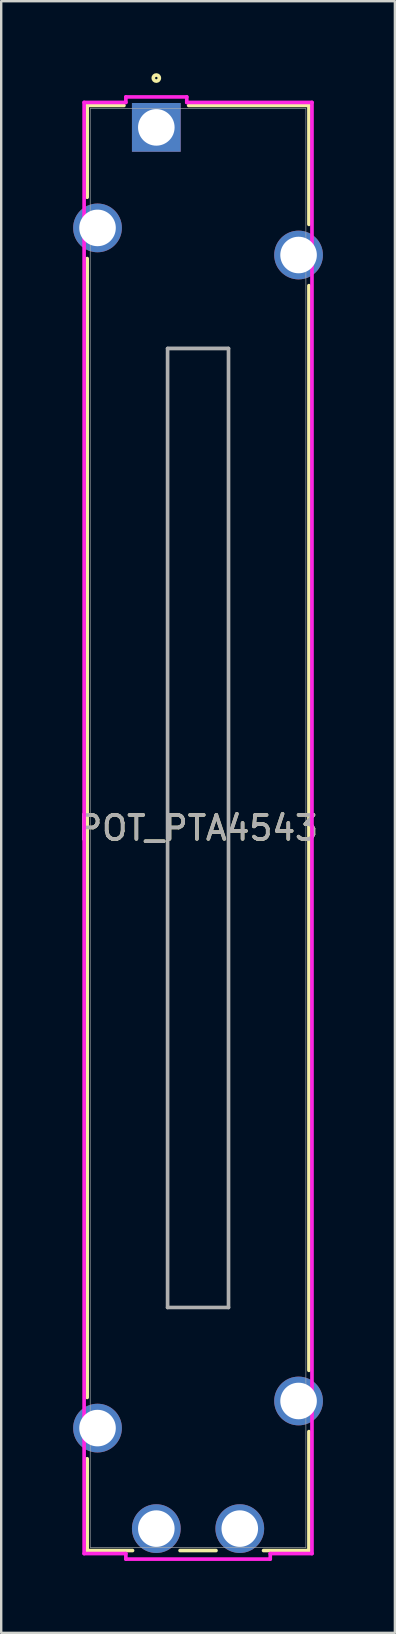
<source format=kicad_pcb>
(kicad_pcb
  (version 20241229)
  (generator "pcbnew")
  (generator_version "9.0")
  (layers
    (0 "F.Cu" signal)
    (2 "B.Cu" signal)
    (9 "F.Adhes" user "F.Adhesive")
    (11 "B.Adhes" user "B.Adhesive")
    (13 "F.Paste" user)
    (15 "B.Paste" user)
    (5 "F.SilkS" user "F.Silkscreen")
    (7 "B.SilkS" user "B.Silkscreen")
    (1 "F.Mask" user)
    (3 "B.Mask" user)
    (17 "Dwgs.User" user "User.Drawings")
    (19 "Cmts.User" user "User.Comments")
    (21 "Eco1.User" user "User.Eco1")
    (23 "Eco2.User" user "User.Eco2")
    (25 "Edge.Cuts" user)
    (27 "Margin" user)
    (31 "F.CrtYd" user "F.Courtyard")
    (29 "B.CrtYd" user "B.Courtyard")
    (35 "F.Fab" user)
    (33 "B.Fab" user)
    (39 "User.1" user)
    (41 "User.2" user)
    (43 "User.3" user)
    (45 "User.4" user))
  (footprint "POT_PTA4543"
    (layer "F.Cu")
    (at 3.467 2.261)
    (property "Reference" "POT_PTA4543" (at 1.74 29.21 0) (unlocked yes) (layer "F.SilkS") (effects (font (size 1 1) (thickness 0.15))))
    (attr through_hole)
    (fp_line (start -2.883 -0.914) (end -2.883 2.913) (stroke (width 0.152) (type solid)) (layer "F.SilkS"))
    (fp_line (start -2.883 5.469) (end -2.883 52.951) (stroke (width 0.152) (type solid)) (layer "F.SilkS"))
    (fp_line (start -2.883 55.507) (end -2.883 59.334) (stroke (width 0.152) (type solid)) (layer "F.SilkS"))
    (fp_line (start -2.883 59.334) (end -0.991 59.334) (stroke (width 0.152) (type solid)) (layer "F.SilkS"))
    (fp_line (start -1.349 -0.914) (end -2.883 -0.914) (stroke (width 0.152) (type solid)) (layer "F.SilkS"))
    (fp_line (start 0.991 59.334) (end 2.488 59.334) (stroke (width 0.152) (type solid)) (layer "F.SilkS"))
    (fp_line (start 4.471 59.334) (end 6.363 59.334) (stroke (width 0.152) (type solid)) (layer "F.SilkS"))
    (fp_line (start 6.363 -0.914) (end 1.349 -0.914) (stroke (width 0.152) (type solid)) (layer "F.SilkS"))
    (fp_line (start 6.363 4.044) (end 6.363 -0.914) (stroke (width 0.152) (type solid)) (layer "F.SilkS"))
    (fp_line (start 6.363 51.821) (end 6.363 6.599) (stroke (width 0.152) (type solid)) (layer "F.SilkS"))
    (fp_line (start 6.363 59.334) (end 6.363 54.376) (stroke (width 0.152) (type solid)) (layer "F.SilkS"))
    (fp_circle (center 0 -2.057) (end 0.127 -2.057) (stroke (width 0.152) (type solid)) (fill no) (layer "F.SilkS"))
    (fp_line (start -3.01 -1.041) (end -1.27 -1.041) (stroke (width 0.152) (type solid)) (layer "F.CrtYd"))
    (fp_line (start -3.01 59.461) (end -3.01 -1.041) (stroke (width 0.152) (type solid)) (layer "F.CrtYd"))
    (fp_line (start -1.27 -1.27) (end 1.27 -1.27) (stroke (width 0.152) (type solid)) (layer "F.CrtYd"))
    (fp_line (start -1.27 -1.041) (end -1.27 -1.27) (stroke (width 0.152) (type solid)) (layer "F.CrtYd"))
    (fp_line (start -1.27 59.461) (end -3.01 59.461) (stroke (width 0.152) (type solid)) (layer "F.CrtYd"))
    (fp_line (start -1.27 59.69) (end -1.27 59.461) (stroke (width 0.152) (type solid)) (layer "F.CrtYd"))
    (fp_line (start 1.27 -1.27) (end 1.27 -1.041) (stroke (width 0.152) (type solid)) (layer "F.CrtYd"))
    (fp_line (start 1.27 -1.041) (end 6.49 -1.041) (stroke (width 0.152) (type solid)) (layer "F.CrtYd"))
    (fp_line (start 4.75 59.461) (end 4.75 59.69) (stroke (width 0.152) (type solid)) (layer "F.CrtYd"))
    (fp_line (start 4.75 59.69) (end -1.27 59.69) (stroke (width 0.152) (type solid)) (layer "F.CrtYd"))
    (fp_line (start 6.49 -1.041) (end 6.49 59.461) (stroke (width 0.152) (type solid)) (layer "F.CrtYd"))
    (fp_line (start 6.49 59.461) (end 4.75 59.461) (stroke (width 0.152) (type solid)) (layer "F.CrtYd"))
    (fp_line (start -2.756 -0.787) (end -2.756 59.207) (stroke (width 0.025) (type solid)) (layer "F.Fab"))
    (fp_line (start -2.756 59.207) (end 6.236 59.207) (stroke (width 0.025) (type solid)) (layer "F.Fab"))
    (fp_line (start 0.47 9.22) (end 3.01 9.22) (stroke (width 0.152) (type solid)) (layer "F.Fab"))
    (fp_line (start 0.47 49.2) (end 0.47 9.22) (stroke (width 0.152) (type solid)) (layer "F.Fab"))
    (fp_line (start 3.01 9.22) (end 3.01 49.2) (stroke (width 0.152) (type solid)) (layer "F.Fab"))
    (fp_line (start 3.01 49.2) (end 0.47 49.2) (stroke (width 0.152) (type solid)) (layer "F.Fab"))
    (fp_line (start 6.236 -0.787) (end -2.756 -0.787) (stroke (width 0.025) (type solid)) (layer "F.Fab"))
    (fp_line (start 6.236 59.207) (end 6.236 -0.787) (stroke (width 0.025) (type solid)) (layer "F.Fab"))
    (fp_circle (center 0 -0.406) (end 0.127 -0.406) (stroke (width 0.025) (type solid)) (fill no) (layer "F.Fab"))
    (fp_poly (pts (xy 0.47 49.2) (xy 0.47 9.195) (xy 3.01 9.195) (xy 3.01 49.2)) (stroke (width 0.1) (type solid)) (fill no) (layer "F.Fab"))
    (fp_text user "${REFERENCE}" (at 1.74 29.21 0) (unlocked yes) (layer "F.Fab") (effects (font (size 1 1) (thickness 0.15))))
    (pad "1" thru_hole rect (at 0 0) (size 2.032 2.032) (drill 1.524) (layers "*.Cu" "*.Mask"))
    (pad "2" thru_hole circle (at 0 58.42) (size 2.032 2.032) (drill 1.524) (layers "*.Cu" "*.Mask"))
    (pad "3" thru_hole circle (at 3.48 58.42) (size 2.032 2.032) (drill 1.524) (layers "*.Cu" "*.Mask"))
    (pad "4" thru_hole circle (at -2.451 4.191) (size 2.032 2.032) (drill 1.524) (layers "*.Cu" "*.Mask"))
    (pad "5" thru_hole circle (at -2.451 54.229) (size 2.032 2.032) (drill 1.524) (layers "*.Cu" "*.Mask"))
    (pad "6" thru_hole circle (at 5.931 5.321) (size 2.032 2.032) (drill 1.524) (layers "*.Cu" "*.Mask"))
    (pad "7" thru_hole circle (at 5.931 53.099) (size 2.032 2.032) (drill 1.524) (layers "*.Cu" "*.Mask")))
  (gr_rect
    (start -3 -3)
    (end 13.414 65.027)
    (stroke (width 0.1) (type default))
    (fill no)
    (layer "Edge.Cuts")))
</source>
